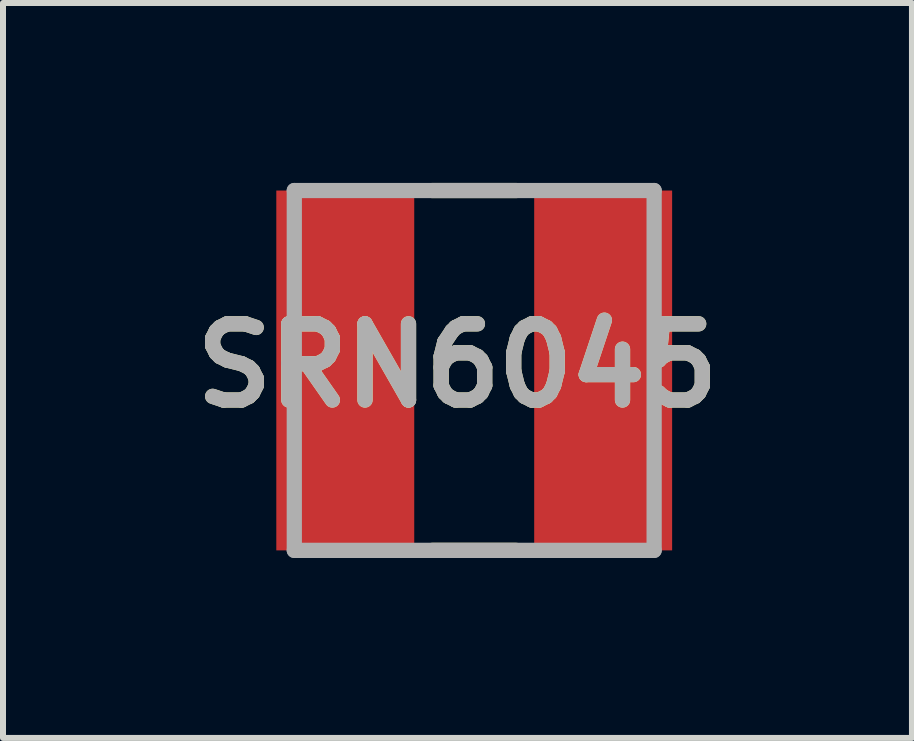
<source format=kicad_pcb>
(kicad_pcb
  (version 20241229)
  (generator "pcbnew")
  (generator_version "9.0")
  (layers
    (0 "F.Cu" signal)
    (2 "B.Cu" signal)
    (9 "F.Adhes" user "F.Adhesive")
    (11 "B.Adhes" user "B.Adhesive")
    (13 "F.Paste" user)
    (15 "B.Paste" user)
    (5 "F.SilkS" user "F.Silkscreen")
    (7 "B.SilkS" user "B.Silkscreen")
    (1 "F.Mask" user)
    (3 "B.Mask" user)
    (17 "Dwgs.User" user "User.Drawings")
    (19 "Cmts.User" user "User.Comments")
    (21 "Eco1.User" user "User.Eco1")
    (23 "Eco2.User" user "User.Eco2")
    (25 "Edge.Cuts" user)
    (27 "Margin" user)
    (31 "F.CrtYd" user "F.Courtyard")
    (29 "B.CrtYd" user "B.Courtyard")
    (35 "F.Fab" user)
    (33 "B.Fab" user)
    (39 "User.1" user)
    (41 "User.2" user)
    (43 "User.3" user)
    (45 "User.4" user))
  (footprint "SRN6045"
    (layer "F.Cu")
    (at 4.857 3.127)
    (property "Reference" "SRN6045" (at -0.279 -0.082 0) (layer "F.SilkS") (effects (font (size 1.27 1.27) (thickness 0.254))))
    (attr smd)
    (fp_line (start -0.7 -3) (end 0.7 -3) (stroke (width 0.254) (type solid)) (layer "F.SilkS"))
    (fp_line (start -0.7 3) (end 0.7 3) (stroke (width 0.254) (type solid)) (layer "F.SilkS"))
    (fp_line (start -3 -3) (end 3 -3) (stroke (width 0.254) (type solid)) (layer "F.Fab"))
    (fp_line (start -3 3) (end -3 -3) (stroke (width 0.254) (type solid)) (layer "F.Fab"))
    (fp_line (start 3 -3) (end 3 3) (stroke (width 0.254) (type solid)) (layer "F.Fab"))
    (fp_line (start 3 3) (end -3 3) (stroke (width 0.254) (type solid)) (layer "F.Fab"))
    (fp_text user "${REFERENCE}" (at -0.279 -0.082 0) (layer "F.Fab") (effects (font (size 1.27 1.27) (thickness 0.254))))
    (pad "1" smd rect (at -2.15 0) (size 2.3 6) (layers "F.Cu" "F.Mask" "F.Paste"))
    (pad "2" smd rect (at 2.15 0) (size 2.3 6) (layers "F.Cu" "F.Mask" "F.Paste")))
  (gr_rect
    (start -3 -3)
    (end 12.156 9.254)
    (stroke (width 0.1) (type default))
    (fill no)
    (layer "Edge.Cuts")))
</source>
